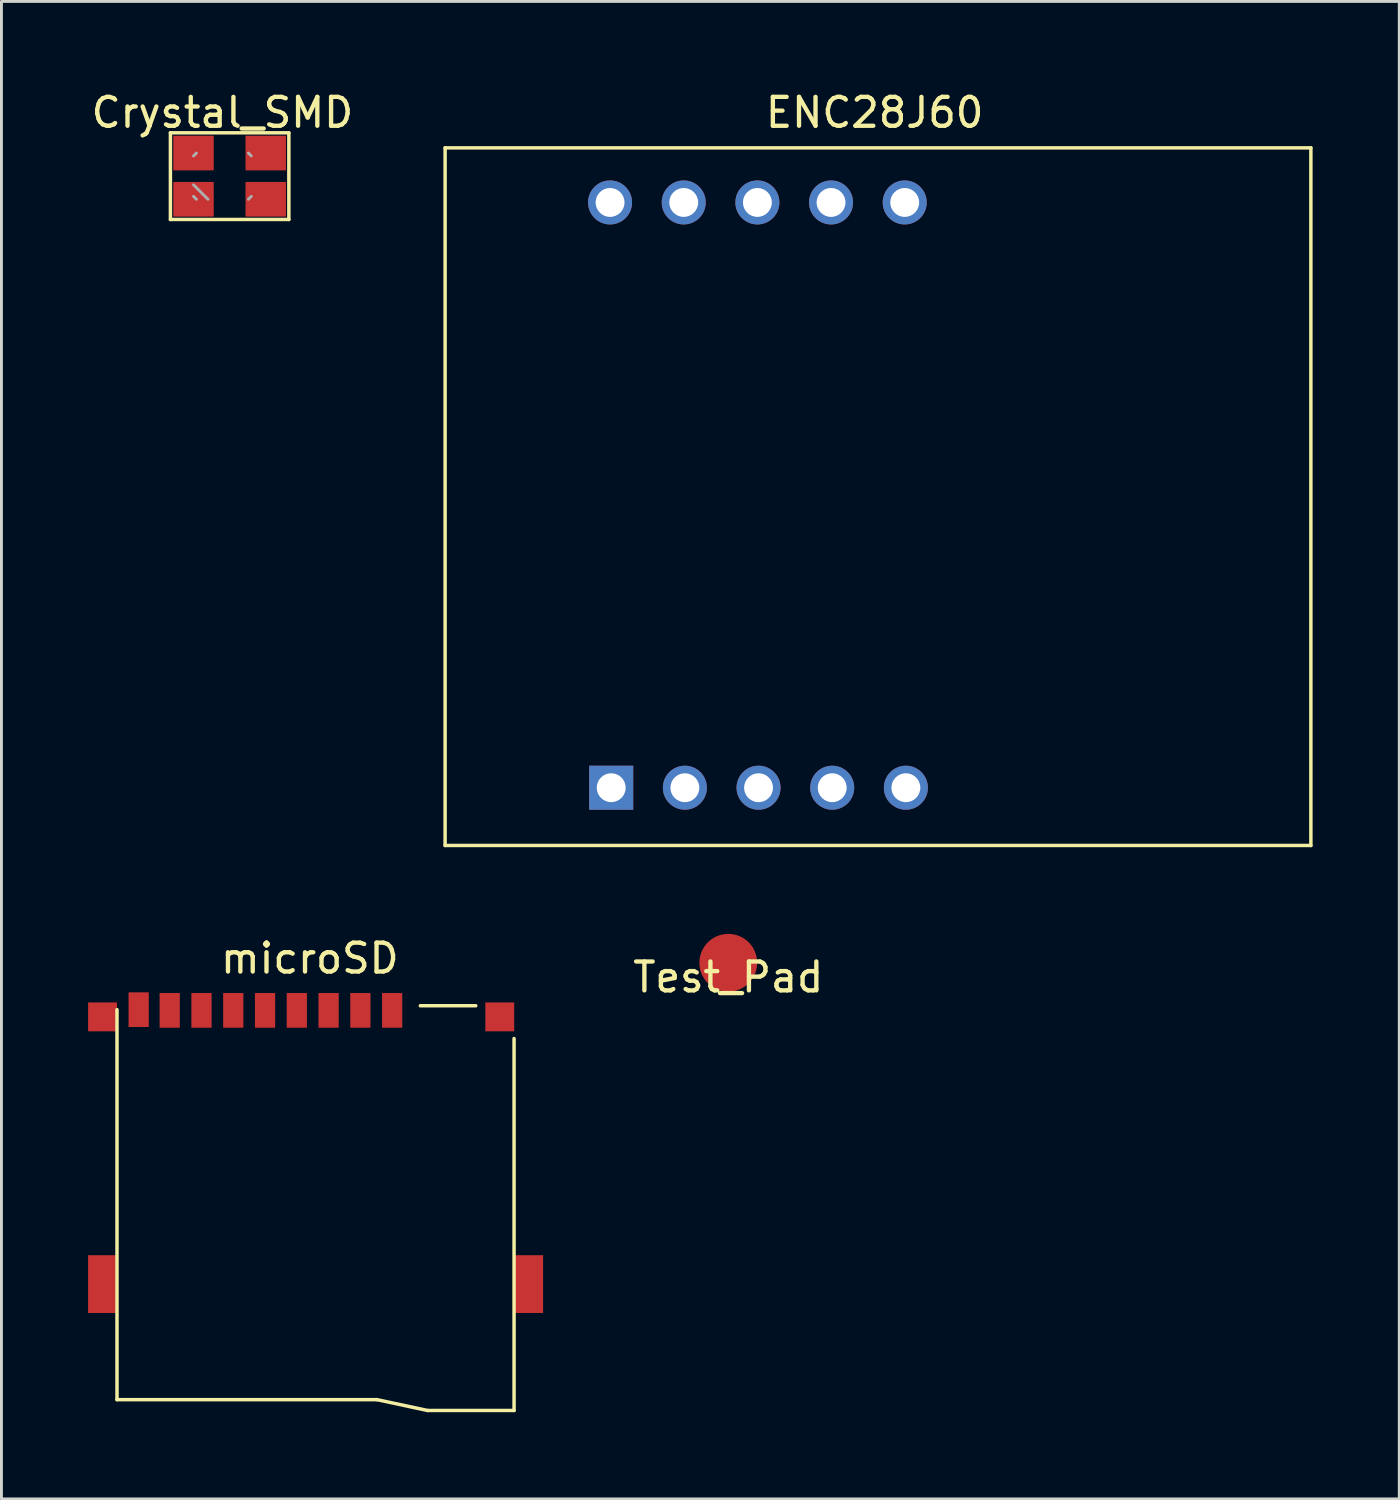
<source format=kicad_pcb>
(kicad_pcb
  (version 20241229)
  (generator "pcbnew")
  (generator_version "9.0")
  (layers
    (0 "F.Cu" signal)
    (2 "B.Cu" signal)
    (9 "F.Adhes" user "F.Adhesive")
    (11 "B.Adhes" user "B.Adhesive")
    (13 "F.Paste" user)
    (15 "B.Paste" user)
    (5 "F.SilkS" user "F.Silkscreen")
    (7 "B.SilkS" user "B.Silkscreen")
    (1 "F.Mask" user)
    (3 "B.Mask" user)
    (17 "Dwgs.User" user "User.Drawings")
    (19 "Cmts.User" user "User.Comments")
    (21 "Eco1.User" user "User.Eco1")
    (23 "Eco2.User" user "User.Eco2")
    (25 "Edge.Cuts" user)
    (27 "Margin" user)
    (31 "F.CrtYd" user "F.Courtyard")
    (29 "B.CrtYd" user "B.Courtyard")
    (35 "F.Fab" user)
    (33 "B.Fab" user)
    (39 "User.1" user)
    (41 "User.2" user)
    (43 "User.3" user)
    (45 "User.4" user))
  (footprint "Test_Pad"
    (layer "F.Cu")
    (at 22.161 30.278)
    (property "Reference" "Test_Pad" (at 0 0.5 0) (layer "F.SilkS") (effects (font (size 1 1) (thickness 0.15))))
    (attr through_hole)
    (pad "1" smd circle (at 0 0) (size 2 2) (layers "F.Cu" "F.Mask" "F.Paste")))
  (footprint "ENC28J60"
    (layer "F.Cu")
    (at 26.848 13.858)
    (property "Reference" "ENC28J60" (at 0.38 -13.01 0) (layer "F.SilkS") (effects (font (size 1 1) (thickness 0.15))))
    (attr through_hole)
    (fp_line (start -14.49 -11.79) (end 15.48 -11.79) (stroke (width 0.12) (type solid)) (layer "F.SilkS"))
    (fp_line (start -14.49 12.36) (end -14.49 -11.79) (stroke (width 0.12) (type solid)) (layer "F.SilkS"))
    (fp_line (start -14.49 12.36) (end 15.48 12.36) (stroke (width 0.12) (type solid)) (layer "F.SilkS"))
    (fp_line (start 15.48 12.36) (end 15.48 -11.79) (stroke (width 0.12) (type solid)) (layer "F.SilkS"))
    (pad "1" thru_hole rect (at -8.74 10.36) (size 1.524 1.524) (drill 1) (layers "*.Cu" "*.Mask"))
    (pad "2" thru_hole circle (at -6.19 10.36) (size 1.524 1.524) (drill 1) (layers "*.Cu" "*.Mask"))
    (pad "3" thru_hole circle (at -3.64 10.36) (size 1.524 1.524) (drill 1) (layers "*.Cu" "*.Mask"))
    (pad "4" thru_hole circle (at -1.09 10.36) (size 1.524 1.524) (drill 1) (layers "*.Cu" "*.Mask"))
    (pad "5" thru_hole circle (at 1.46 10.36) (size 1.524 1.524) (drill 1) (layers "*.Cu" "*.Mask"))
    (pad "6" thru_hole circle (at 1.42 -9.9) (size 1.524 1.524) (drill 1) (layers "*.Cu" "*.Mask"))
    (pad "7" thru_hole circle (at -1.13 -9.9) (size 1.524 1.524) (drill 1) (layers "*.Cu" "*.Mask"))
    (pad "8" thru_hole circle (at -3.68 -9.9) (size 1.524 1.524) (drill 1) (layers "*.Cu" "*.Mask"))
    (pad "9" thru_hole circle (at -6.23 -9.9) (size 1.524 1.524) (drill 1) (layers "*.Cu" "*.Mask"))
    (pad "10" thru_hole circle (at -8.78 -9.9) (size 1.524 1.524) (drill 1) (layers "*.Cu" "*.Mask")))
  (footprint "microSD"
    (layer "F.Cu")
    (at 7.75 39.651)
    (property "Reference" "microSD" (at -0.075 -9.525 0) (layer "F.SilkS") (effects (font (size 1 1) (thickness 0.15))))
    (attr smd)
    (fp_line (start -6.75 -7.75) (end -6.75 5.75) (stroke (width 0.12) (type solid)) (layer "F.SilkS"))
    (fp_line (start -6.75 5.75) (end 2.25 5.75) (stroke (width 0.12) (type solid)) (layer "F.SilkS"))
    (fp_line (start 2.25 5.75) (end 4 6.125) (stroke (width 0.12) (type solid)) (layer "F.SilkS"))
    (fp_line (start 3.75 -7.885) (end 5.67 -7.885) (stroke (width 0.12) (type solid)) (layer "F.SilkS"))
    (fp_line (start 4 6.125) (end 6.995 6.125) (stroke (width 0.12) (type solid)) (layer "F.SilkS"))
    (fp_line (start 6.995 -6.75) (end 6.995 6.125) (stroke (width 0.12) (type solid)) (layer "F.SilkS"))
    (pad "" smd rect (at -7.25 -7.5) (size 1 1) (layers "F.Cu" "F.Mask" "F.Paste"))
    (pad "" smd rect (at -7.25 1.75) (size 1 2) (layers "F.Cu" "F.Mask" "F.Paste"))
    (pad "" smd rect (at 6.5 -7.5) (size 1 1) (layers "F.Cu" "F.Mask" "F.Paste"))
    (pad "" smd rect (at 7.5 1.75) (size 1 2) (layers "F.Cu" "F.Mask" "F.Paste"))
    (pad "1" smd rect (at 2.775 -7.725) (size 0.7 1.2) (layers "F.Cu" "F.Mask" "F.Paste"))
    (pad "2" smd rect (at 1.675 -7.725) (size 0.7 1.2) (layers "F.Cu" "F.Mask" "F.Paste"))
    (pad "3" smd rect (at 0.575 -7.725) (size 0.7 1.2) (layers "F.Cu" "F.Mask" "F.Paste"))
    (pad "4" smd rect (at -0.525 -7.725) (size 0.7 1.2) (layers "F.Cu" "F.Mask" "F.Paste"))
    (pad "5" smd rect (at -1.625 -7.725) (size 0.7 1.2) (layers "F.Cu" "F.Mask" "F.Paste"))
    (pad "6" smd rect (at -2.725 -7.725) (size 0.7 1.2) (layers "F.Cu" "F.Mask" "F.Paste"))
    (pad "7" smd rect (at -3.825 -7.725) (size 0.7 1.2) (layers "F.Cu" "F.Mask" "F.Paste"))
    (pad "8" smd rect (at -4.925 -7.725) (size 0.7 1.2) (layers "F.Cu" "F.Mask" "F.Paste"))
    (pad "9" smd rect (at -6 -7.75) (size 0.7 1.2) (layers "F.Cu" "F.Mask" "F.Paste")))
  (footprint "Crystal_SMD"
    (layer "F.Cu")
    (at 4.649 3.048)
    (property "Reference" "Crystal_SMD" (at 0 -2.2 0) (layer "F.SilkS") (effects (font (size 1 1) (thickness 0.15))))
    (attr smd)
    (fp_line (start -1.8 -1.5) (end -1.8 1.5) (stroke (width 0.12) (type solid)) (layer "F.SilkS"))
    (fp_line (start -1.8 -1.5) (end 2.3 -1.5) (stroke (width 0.12) (type solid)) (layer "F.SilkS"))
    (fp_line (start -1.8 1.5) (end 2.3 1.5) (stroke (width 0.12) (type solid)) (layer "F.SilkS"))
    (fp_line (start 2.3 -1.5) (end 2.3 1.5) (stroke (width 0.12) (type solid)) (layer "F.SilkS"))
    (fp_line (start -1 -0.7) (end -0.9 -0.8) (stroke (width 0.1) (type solid)) (layer "F.Fab"))
    (fp_line (start -1 0.3) (end -0.5 0.8) (stroke (width 0.1) (type solid)) (layer "F.Fab"))
    (fp_line (start -0.9 0.8) (end -1 0.7) (stroke (width 0.1) (type solid)) (layer "F.Fab"))
    (fp_line (start 0.9 -0.8) (end 1 -0.7) (stroke (width 0.1) (type solid)) (layer "F.Fab"))
    (fp_line (start 1 0.7) (end 0.9 0.8) (stroke (width 0.1) (type solid)) (layer "F.Fab"))
    (pad "1" smd rect (at -1 0.8) (size 1.4 1.2) (layers "F.Cu" "F.Mask" "F.Paste"))
    (pad "2" smd rect (at 1.5 0.8) (size 1.4 1.2) (layers "F.Cu" "F.Mask" "F.Paste"))
    (pad "3" smd rect (at 1.5 -0.8) (size 1.4 1.2) (layers "F.Cu" "F.Mask" "F.Paste"))
    (pad "4" smd rect (at -1 -0.8) (size 1.4 1.2) (layers "F.Cu" "F.Mask" "F.Paste")))
  (gr_rect
    (start -3 -3)
    (end 45.388 48.837)
    (stroke (width 0.1) (type default))
    (fill no)
    (layer "Edge.Cuts")))
</source>
